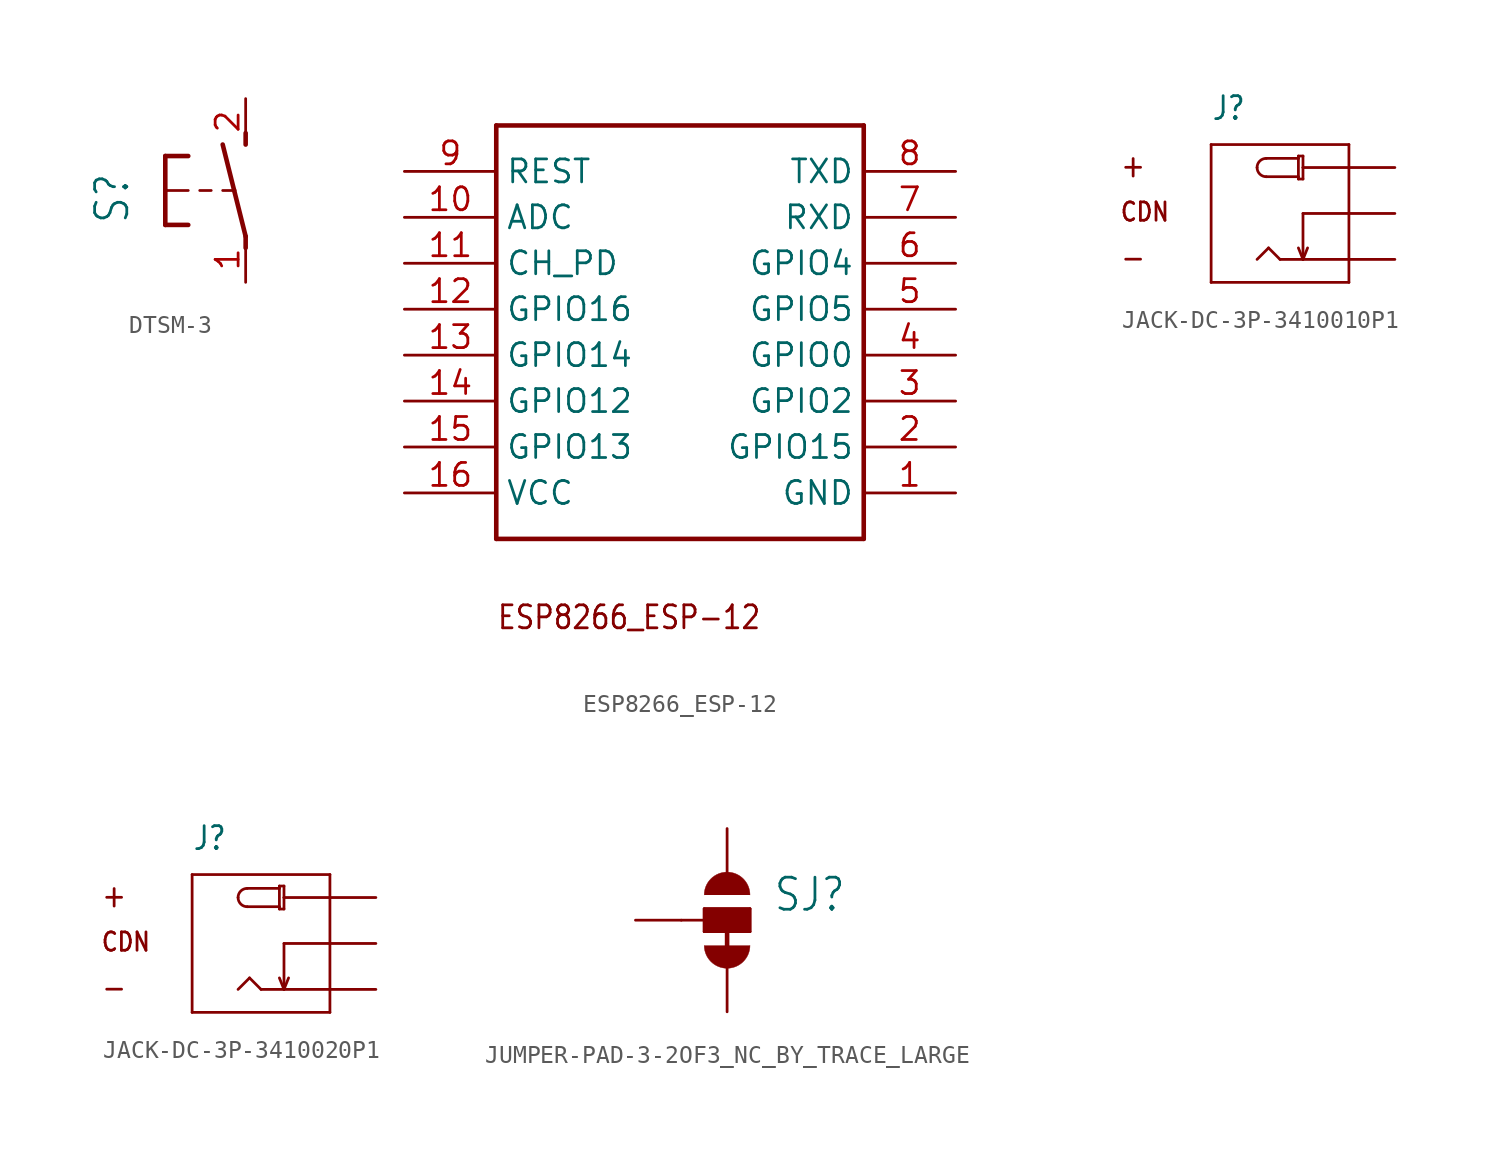
<source format=kicad_sym>
(kicad_symbol_lib
  (version 20231120)
  (generator "kicad_symbol_editor")
  (generator_version "8.0")
  (symbol "DTSM-3"
    (property "Reference" "S"
      (at -6.35 -1.905 90)
      (effects (font (size 1.778 1.511)) (justify left bottom)))
    (property "Value" ""
      (at -3.81 3.175 90)
      (effects (font (size 1.778 1.511)) (justify left bottom)))
    (property "ki_locked" ""
      (at 0 0 0)
      (effects (font (size 1.27 1.27))))
    (symbol "DTSM-3_1_0"
      (polyline (pts (xy -4.445 -1.905) (xy -3.175 -1.905)) (stroke (width 0.254) (type solid)) (fill (type none)))
      (polyline (pts (xy -4.445 0) (xy -4.445 -1.905)) (stroke (width 0.254) (type solid)) (fill (type none)))
      (polyline (pts (xy -4.445 0) (xy -3.175 0)) (stroke (width 0.152) (type solid)) (fill (type none)))
      (polyline (pts (xy -4.445 1.905) (xy -4.445 0)) (stroke (width 0.254) (type solid)) (fill (type none)))
      (polyline (pts (xy -4.445 1.905) (xy -3.175 1.905)) (stroke (width 0.254) (type solid)) (fill (type none)))
      (polyline (pts (xy -2.54 0) (xy -1.905 0)) (stroke (width 0.152) (type solid)) (fill (type none)))
      (polyline (pts (xy -1.27 0) (xy -0.635 0)) (stroke (width 0.152) (type solid)) (fill (type none)))
      (polyline (pts (xy -0.635 0) (xy -1.27 2.54)) (stroke (width 0.254) (type solid)) (fill (type none)))
      (polyline (pts (xy 0 -3.175) (xy 0 -2.54)) (stroke (width 0.254) (type solid)) (fill (type none)))
      (polyline (pts (xy 0 -2.54) (xy -0.635 0)) (stroke (width 0.254) (type solid)) (fill (type none)))
      (polyline (pts (xy 0 2.54) (xy 0 3.175)) (stroke (width 0.254) (type solid)) (fill (type none)))
      (pin passive line (at 0 -5.08 90) (length 2.54) (name "1" (effects (font (size 0 0)))) (number "1" (effects (font (size 1.27 1.27)))))
      (pin passive line (at 0 5.08 270) (length 2.54) (name "2" (effects (font (size 0 0)))) (number "2" (effects (font (size 1.27 1.27)))))))
  (symbol "ESP8266_ESP-12"
    (property "Reference" ""
      (at -17.78 -15.24 0)
      (effects (font (size 1.27 1.079)) (justify left bottom) (hide yes)))
    (property "ki_locked" ""
      (at 0 0 0)
      (effects (font (size 1.27 1.27))))
    (symbol "ESP8266_ESP-12_1_0"
      (polyline (pts (xy -17.78 -12.7) (xy 2.54 -12.7)) (stroke (width 0.254) (type solid)) (fill (type none)))
      (polyline (pts (xy -17.78 10.16) (xy -17.78 -12.7)) (stroke (width 0.254) (type solid)) (fill (type none)))
      (polyline (pts (xy 2.54 -12.7) (xy 2.54 10.16)) (stroke (width 0.254) (type solid)) (fill (type none)))
      (polyline (pts (xy 2.54 10.16) (xy -17.78 10.16)) (stroke (width 0.254) (type solid)) (fill (type none)))
      (text "ESP8266_ESP-12" (at -17.78 -17.78 0) (effects (font (size 1.27 1.079)) (justify left bottom)))
      (pin bidirectional line (at 7.62 -10.16 180) (length 5.08) (name "GND" (effects (font (size 1.27 1.27)))) (number "1" (effects (font (size 1.27 1.27)))))
      (pin bidirectional line (at -22.86 5.08 0) (length 5.08) (name "ADC" (effects (font (size 1.27 1.27)))) (number "10" (effects (font (size 1.27 1.27)))))
      (pin bidirectional line (at -22.86 2.54 0) (length 5.08) (name "CH_PD" (effects (font (size 1.27 1.27)))) (number "11" (effects (font (size 1.27 1.27)))))
      (pin bidirectional line (at -22.86 0 0) (length 5.08) (name "GPIO16" (effects (font (size 1.27 1.27)))) (number "12" (effects (font (size 1.27 1.27)))))
      (pin bidirectional line (at -22.86 -2.54 0) (length 5.08) (name "GPIO14" (effects (font (size 1.27 1.27)))) (number "13" (effects (font (size 1.27 1.27)))))
      (pin bidirectional line (at -22.86 -5.08 0) (length 5.08) (name "GPIO12" (effects (font (size 1.27 1.27)))) (number "14" (effects (font (size 1.27 1.27)))))
      (pin bidirectional line (at -22.86 -7.62 0) (length 5.08) (name "GPIO13" (effects (font (size 1.27 1.27)))) (number "15" (effects (font (size 1.27 1.27)))))
      (pin bidirectional line (at -22.86 -10.16 0) (length 5.08) (name "VCC" (effects (font (size 1.27 1.27)))) (number "16" (effects (font (size 1.27 1.27)))))
      (pin bidirectional line (at 7.62 -7.62 180) (length 5.08) (name "GPIO15" (effects (font (size 1.27 1.27)))) (number "2" (effects (font (size 1.27 1.27)))))
      (pin bidirectional line (at 7.62 -5.08 180) (length 5.08) (name "GPIO2" (effects (font (size 1.27 1.27)))) (number "3" (effects (font (size 1.27 1.27)))))
      (pin bidirectional line (at 7.62 -2.54 180) (length 5.08) (name "GPIO0" (effects (font (size 1.27 1.27)))) (number "4" (effects (font (size 1.27 1.27)))))
      (pin bidirectional line (at 7.62 0 180) (length 5.08) (name "GPIO5" (effects (font (size 1.27 1.27)))) (number "5" (effects (font (size 1.27 1.27)))))
      (pin bidirectional line (at 7.62 2.54 180) (length 5.08) (name "GPIO4" (effects (font (size 1.27 1.27)))) (number "6" (effects (font (size 1.27 1.27)))))
      (pin bidirectional line (at 7.62 5.08 180) (length 5.08) (name "RXD" (effects (font (size 1.27 1.27)))) (number "7" (effects (font (size 1.27 1.27)))))
      (pin bidirectional line (at 7.62 7.62 180) (length 5.08) (name "TXD" (effects (font (size 1.27 1.27)))) (number "8" (effects (font (size 1.27 1.27)))))
      (pin bidirectional line (at -22.86 7.62 0) (length 5.08) (name "REST" (effects (font (size 1.27 1.27)))) (number "9" (effects (font (size 1.27 1.27)))))))
  (symbol "JACK-DC-3P-3410010P1"
    (property "Reference" "J"
      (at -3.81 5.08 0)
      (effects (font (size 1.27 1.079)) (justify left bottom)))
    (property "Value" ""
      (at -3.81 3.81 0)
      (effects (font (size 1.27 1.079)) (justify left bottom)))
    (property "ki_locked" ""
      (at 0 0 0)
      (effects (font (size 1.27 1.27))))
    (symbol "JACK-DC-3P-3410010P1_1_0"
      (arc (start -1.27 2.54) (mid -1.1212 2.1808) (end -0.762 2.032) (stroke (width 0.1524) (type solid)) (fill (type none)))
      (arc (start -0.762 3.048) (mid -1.1212 2.8992) (end -1.27 2.54) (stroke (width 0.1524) (type solid)) (fill (type none)))
      (polyline (pts (xy -3.81 -3.81) (xy -3.81 3.81)) (stroke (width 0.152) (type solid)) (fill (type none)))
      (polyline (pts (xy -3.81 3.81) (xy 3.81 3.81)) (stroke (width 0.152) (type solid)) (fill (type none)))
      (polyline (pts (xy -0.762 2.032) (xy 1.016 2.032)) (stroke (width 0.152) (type solid)) (fill (type none)))
      (polyline (pts (xy -0.635 -1.905) (xy -1.27 -2.54)) (stroke (width 0.152) (type solid)) (fill (type none)))
      (polyline (pts (xy 0 -2.54) (xy -0.635 -1.905)) (stroke (width 0.152) (type solid)) (fill (type none)))
      (polyline (pts (xy 1.016 1.905) (xy 1.27 1.905)) (stroke (width 0.152) (type solid)) (fill (type none)))
      (polyline (pts (xy 1.016 2.032) (xy 1.016 1.905)) (stroke (width 0.152) (type solid)) (fill (type none)))
      (polyline (pts (xy 1.016 3.048) (xy -0.762 3.048)) (stroke (width 0.152) (type solid)) (fill (type none)))
      (polyline (pts (xy 1.016 3.048) (xy 1.016 2.032)) (stroke (width 0.152) (type solid)) (fill (type none)))
      (polyline (pts (xy 1.016 3.175) (xy 1.016 3.048)) (stroke (width 0.152) (type solid)) (fill (type none)))
      (polyline (pts (xy 1.27 -2.54) (xy 1.016 -1.905)) (stroke (width 0.152) (type solid)) (fill (type none)))
      (polyline (pts (xy 1.27 -2.54) (xy 1.524 -1.905)) (stroke (width 0.152) (type solid)) (fill (type none)))
      (polyline (pts (xy 1.27 0) (xy 1.27 -2.54)) (stroke (width 0.152) (type solid)) (fill (type none)))
      (polyline (pts (xy 1.27 1.905) (xy 1.27 2.54)) (stroke (width 0.152) (type solid)) (fill (type none)))
      (polyline (pts (xy 1.27 2.54) (xy 1.27 3.175)) (stroke (width 0.152) (type solid)) (fill (type none)))
      (polyline (pts (xy 1.27 3.175) (xy 1.016 3.175)) (stroke (width 0.152) (type solid)) (fill (type none)))
      (polyline (pts (xy 3.81 -3.81) (xy -3.81 -3.81)) (stroke (width 0.152) (type solid)) (fill (type none)))
      (polyline (pts (xy 3.81 -2.54) (xy 0 -2.54)) (stroke (width 0.152) (type solid)) (fill (type none)))
      (polyline (pts (xy 3.81 0) (xy 1.27 0)) (stroke (width 0.152) (type solid)) (fill (type none)))
      (polyline (pts (xy 3.81 2.54) (xy 1.27 2.54)) (stroke (width 0.152) (type solid)) (fill (type none)))
      (polyline (pts (xy 3.81 3.81) (xy 3.81 -3.81)) (stroke (width 0.152) (type solid)) (fill (type none)))
      (text "+" (at -8.89 1.905 0) (effects (font (size 1.27 1.079)) (justify left bottom)))
      (text "-" (at -8.89 -3.175 0) (effects (font (size 1.27 1.079)) (justify left bottom)))
      (text "CDN" (at -8.89 -0.508 0) (effects (font (size 1.016 0.864)) (justify left bottom)))
      (pin bidirectional line (at 6.35 2.54 180) (length 2.54) (name "+" (effects (font (size 0 0)))) (number "+" (effects (font (size 0 0)))))
      (pin bidirectional line (at 6.35 -2.54 180) (length 2.54) (name "-" (effects (font (size 0 0)))) (number "-" (effects (font (size 0 0)))))
      (pin bidirectional line (at 6.35 0 180) (length 2.54) (name "CDN" (effects (font (size 0 0)))) (number "CDN" (effects (font (size 0 0)))))))
  (symbol "JACK-DC-3P-3410020P1"
    (property "Reference" "J"
      (at -3.81 5.08 0)
      (effects (font (size 1.27 1.079)) (justify left bottom)))
    (property "Value" ""
      (at -3.81 3.81 0)
      (effects (font (size 1.27 1.079)) (justify left bottom)))
    (property "ki_locked" ""
      (at 0 0 0)
      (effects (font (size 1.27 1.27))))
    (symbol "JACK-DC-3P-3410020P1_1_0"
      (arc (start -1.27 2.54) (mid -1.1212 2.1808) (end -0.762 2.032) (stroke (width 0.1524) (type solid)) (fill (type none)))
      (arc (start -0.762 3.048) (mid -1.1212 2.8992) (end -1.27 2.54) (stroke (width 0.1524) (type solid)) (fill (type none)))
      (polyline (pts (xy -3.81 -3.81) (xy -3.81 3.81)) (stroke (width 0.152) (type solid)) (fill (type none)))
      (polyline (pts (xy -3.81 3.81) (xy 3.81 3.81)) (stroke (width 0.152) (type solid)) (fill (type none)))
      (polyline (pts (xy -0.762 2.032) (xy 1.016 2.032)) (stroke (width 0.152) (type solid)) (fill (type none)))
      (polyline (pts (xy -0.635 -1.905) (xy -1.27 -2.54)) (stroke (width 0.152) (type solid)) (fill (type none)))
      (polyline (pts (xy 0 -2.54) (xy -0.635 -1.905)) (stroke (width 0.152) (type solid)) (fill (type none)))
      (polyline (pts (xy 1.016 1.905) (xy 1.27 1.905)) (stroke (width 0.152) (type solid)) (fill (type none)))
      (polyline (pts (xy 1.016 2.032) (xy 1.016 1.905)) (stroke (width 0.152) (type solid)) (fill (type none)))
      (polyline (pts (xy 1.016 3.048) (xy -0.762 3.048)) (stroke (width 0.152) (type solid)) (fill (type none)))
      (polyline (pts (xy 1.016 3.048) (xy 1.016 2.032)) (stroke (width 0.152) (type solid)) (fill (type none)))
      (polyline (pts (xy 1.016 3.175) (xy 1.016 3.048)) (stroke (width 0.152) (type solid)) (fill (type none)))
      (polyline (pts (xy 1.27 -2.54) (xy 1.016 -1.905)) (stroke (width 0.152) (type solid)) (fill (type none)))
      (polyline (pts (xy 1.27 -2.54) (xy 1.524 -1.905)) (stroke (width 0.152) (type solid)) (fill (type none)))
      (polyline (pts (xy 1.27 0) (xy 1.27 -2.54)) (stroke (width 0.152) (type solid)) (fill (type none)))
      (polyline (pts (xy 1.27 1.905) (xy 1.27 2.54)) (stroke (width 0.152) (type solid)) (fill (type none)))
      (polyline (pts (xy 1.27 2.54) (xy 1.27 3.175)) (stroke (width 0.152) (type solid)) (fill (type none)))
      (polyline (pts (xy 1.27 3.175) (xy 1.016 3.175)) (stroke (width 0.152) (type solid)) (fill (type none)))
      (polyline (pts (xy 3.81 -3.81) (xy -3.81 -3.81)) (stroke (width 0.152) (type solid)) (fill (type none)))
      (polyline (pts (xy 3.81 -2.54) (xy 0 -2.54)) (stroke (width 0.152) (type solid)) (fill (type none)))
      (polyline (pts (xy 3.81 0) (xy 1.27 0)) (stroke (width 0.152) (type solid)) (fill (type none)))
      (polyline (pts (xy 3.81 2.54) (xy 1.27 2.54)) (stroke (width 0.152) (type solid)) (fill (type none)))
      (polyline (pts (xy 3.81 3.81) (xy 3.81 -3.81)) (stroke (width 0.152) (type solid)) (fill (type none)))
      (text "+" (at -8.89 1.905 0) (effects (font (size 1.27 1.079)) (justify left bottom)))
      (text "-" (at -8.89 -3.175 0) (effects (font (size 1.27 1.079)) (justify left bottom)))
      (text "CDN" (at -8.89 -0.508 0) (effects (font (size 1.016 0.864)) (justify left bottom)))
      (pin bidirectional line (at 6.35 2.54 180) (length 2.54) (name "+" (effects (font (size 0 0)))) (number "+" (effects (font (size 0 0)))))
      (pin bidirectional line (at 6.35 -2.54 180) (length 2.54) (name "-" (effects (font (size 0 0)))) (number "-1" (effects (font (size 0 0)))))
      (pin bidirectional line (at 6.35 0 180) (length 2.54) (name "CDN" (effects (font (size 0 0)))) (number "-2" (effects (font (size 0 0)))))))
  (symbol "JUMPER-PAD-3-2OF3_NC_BY_TRACE_LARGE"
    (property "Reference" "SJ"
      (at 2.54 0.381 0)
      (effects (font (size 1.778 1.511)) (justify left bottom)))
    (property "Value" ""
      (at 2.54 -1.905 0)
      (effects (font (size 1.778 1.511)) (justify left bottom)))
    (property "ki_locked" ""
      (at 0 0 0)
      (effects (font (size 1.27 1.27))))
    (symbol "JUMPER-PAD-3-2OF3_NC_BY_TRACE_LARGE_1_0"
      (arc (start -1.27 -1.397) (mid 0 -2.667) (end 1.27 -1.397) (stroke (width 0.0001) (type solid)) (fill (type outline)))
      (rectangle (start -1.27 -0.635) (end 1.27 0.635) (stroke (width 0) (type default)) (fill (type outline)))
      (polyline (pts (xy -2.54 0) (xy -1.27 0)) (stroke (width 0.152) (type solid)) (fill (type none)))
      (polyline (pts (xy -1.27 -0.635) (xy -1.27 0)) (stroke (width 0.152) (type solid)) (fill (type none)))
      (polyline (pts (xy -1.27 0) (xy -1.27 0.635)) (stroke (width 0.152) (type solid)) (fill (type none)))
      (polyline (pts (xy -1.27 0.635) (xy 1.27 0.635)) (stroke (width 0.152) (type solid)) (fill (type none)))
      (polyline (pts (xy 0 0) (xy 0 -2.54)) (stroke (width 0.254) (type solid)) (fill (type none)))
      (polyline (pts (xy 1.27 -0.635) (xy -1.27 -0.635)) (stroke (width 0.152) (type solid)) (fill (type none)))
      (polyline (pts (xy 1.27 0.635) (xy 1.27 -0.635)) (stroke (width 0.152) (type solid)) (fill (type none)))
      (arc (start 1.27 1.397) (mid 0 2.667) (end -1.27 1.397) (stroke (width 0.0001) (type solid)) (fill (type outline)))
      (pin passive line (at 0 5.08 270) (length 2.54) (name "1" (effects (font (size 0 0)))) (number "1" (effects (font (size 0 0)))))
      (pin passive line (at -5.08 0 0) (length 2.54) (name "2" (effects (font (size 0 0)))) (number "2" (effects (font (size 0 0)))))
      (pin passive line (at 0 -5.08 90) (length 2.54) (name "3" (effects (font (size 0 0)))) (number "3" (effects (font (size 0 0))))))))
</source>
